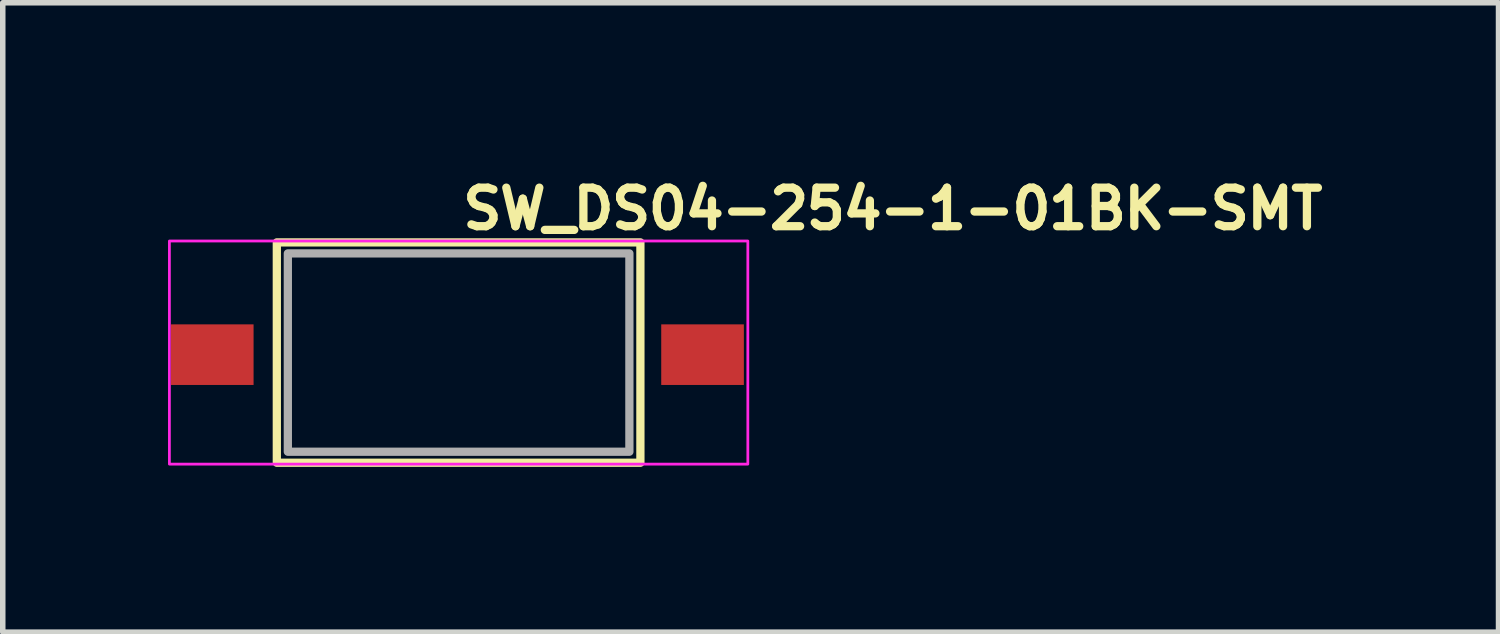
<source format=kicad_pcb>
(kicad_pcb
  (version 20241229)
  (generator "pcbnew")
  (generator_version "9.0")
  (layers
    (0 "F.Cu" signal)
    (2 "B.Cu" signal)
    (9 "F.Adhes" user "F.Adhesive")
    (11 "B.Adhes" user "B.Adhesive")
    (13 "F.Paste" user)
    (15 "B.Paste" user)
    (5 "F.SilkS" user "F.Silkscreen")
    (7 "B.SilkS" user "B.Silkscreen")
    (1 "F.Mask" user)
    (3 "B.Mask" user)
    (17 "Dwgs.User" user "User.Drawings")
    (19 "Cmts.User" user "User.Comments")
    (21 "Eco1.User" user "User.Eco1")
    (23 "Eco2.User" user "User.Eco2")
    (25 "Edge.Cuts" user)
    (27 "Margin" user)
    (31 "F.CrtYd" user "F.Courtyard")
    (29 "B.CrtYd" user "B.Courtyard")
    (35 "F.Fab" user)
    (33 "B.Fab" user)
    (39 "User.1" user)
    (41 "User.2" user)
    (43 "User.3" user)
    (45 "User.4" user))
  (footprint "SW_DS04-254-1-01BK-SMT"
    (layer "F.Cu")
    (at 5.275 3.35)
    (property "Reference" "SW_DS04-254-1-01BK-SMT" (at 0 -2.2 0) (layer "F.SilkS") (effects (font (size 0.7 0.7) (thickness 0.15)) (justify left bottom)))
    (attr smd)
    (fp_rect (start -3.3 -2) (end 3.3 2) (stroke (width 0.15) (type solid)) (fill no) (layer "F.SilkS"))
    (fp_rect (start -5.25 -2.025) (end 5.25 2.025) (stroke (width 0.05) (type solid)) (fill no) (layer "F.CrtYd"))
    (fp_rect (start -3.1 -1.8) (end 3.1 1.8) (stroke (width 0.15) (type solid)) (fill no) (layer "F.Fab"))
    (fp_rect (start -4.951 -1.77) (end 4.95 1.769) (stroke (width 0.1) (type solid)) (fill no) (layer "User.5"))
    (fp_line (start -4.951 -0.251) (end -4.951 0.249) (stroke (width 0.02) (type solid)) (layer "User.9"))
    (fp_line (start -4.951 -0.251) (end -4.295 -0.251) (stroke (width 0.02) (type solid)) (layer "User.9"))
    (fp_line (start -4.951 0.249) (end -4.295 0.249) (stroke (width 0.02) (type solid)) (layer "User.9"))
    (fp_line (start -4.295 -0.251) (end -4.16 -0.251) (stroke (width 0.02) (type solid)) (layer "User.9"))
    (fp_line (start -4.16 -0.251) (end -4.159 -0.251) (stroke (width 0.02) (type solid)) (layer "User.9"))
    (fp_line (start -4.16 -0.251) (end -4.158 -0.251) (stroke (width 0.02) (type solid)) (layer "User.9"))
    (fp_line (start -4.16 -0.251) (end -4.152 -0.251) (stroke (width 0.02) (type solid)) (layer "User.9"))
    (fp_line (start -4.16 0.249) (end -4.295 0.249) (stroke (width 0.02) (type solid)) (layer "User.9"))
    (fp_line (start -4.159 -0.251) (end -4.151 -0.251) (stroke (width 0.02) (type solid)) (layer "User.9"))
    (fp_line (start -4.158 -0.251) (end -4.159 -0.251) (stroke (width 0.02) (type solid)) (layer "User.9"))
    (fp_line (start -4.157 0.249) (end -4.161 0.249) (stroke (width 0.02) (type solid)) (layer "User.9"))
    (fp_line (start -4.152 -0.251) (end -4.145 -0.251) (stroke (width 0.02) (type solid)) (layer "User.9"))
    (fp_line (start -4.152 0.249) (end -4.157 0.249) (stroke (width 0.02) (type solid)) (layer "User.9"))
    (fp_line (start -4.151 -0.251) (end -4.144 -0.251) (stroke (width 0.02) (type solid)) (layer "User.9"))
    (fp_line (start -4.149 0.249) (end -4.152 0.249) (stroke (width 0.02) (type solid)) (layer "User.9"))
    (fp_line (start -4.145 -0.251) (end -4.139 -0.251) (stroke (width 0.02) (type solid)) (layer "User.9"))
    (fp_line (start -4.145 0.249) (end -4.149 0.249) (stroke (width 0.02) (type solid)) (layer "User.9"))
    (fp_line (start -4.144 -0.251) (end -4.138 -0.251) (stroke (width 0.02) (type solid)) (layer "User.9"))
    (fp_line (start -4.142 0.249) (end -4.145 0.249) (stroke (width 0.02) (type solid)) (layer "User.9"))
    (fp_line (start -4.139 -0.251) (end -4.136 -0.251) (stroke (width 0.02) (type solid)) (layer "User.9"))
    (fp_line (start -4.139 0.25) (end -4.142 0.249) (stroke (width 0.02) (type solid)) (layer "User.9"))
    (fp_line (start -4.138 -0.251) (end -4.135 -0.252) (stroke (width 0.02) (type solid)) (layer "User.9"))
    (fp_line (start -4.136 -0.251) (end -4.133 -0.252) (stroke (width 0.02) (type solid)) (layer "User.9"))
    (fp_line (start -4.136 0.25) (end -4.139 0.25) (stroke (width 0.02) (type solid)) (layer "User.9"))
    (fp_line (start -4.135 -0.252) (end -4.132 -0.252) (stroke (width 0.02) (type solid)) (layer "User.9"))
    (fp_line (start -4.133 -0.252) (end -4.13 -0.253) (stroke (width 0.02) (type solid)) (layer "User.9"))
    (fp_line (start -4.133 0.251) (end -4.136 0.25) (stroke (width 0.02) (type solid)) (layer "User.9"))
    (fp_line (start -4.132 -0.252) (end -4.129 -0.253) (stroke (width 0.02) (type solid)) (layer "User.9"))
    (fp_line (start -4.13 -0.253) (end -4.127 -0.254) (stroke (width 0.02) (type solid)) (layer "User.9"))
    (fp_line (start -4.13 0.252) (end -4.133 0.251) (stroke (width 0.02) (type solid)) (layer "User.9"))
    (fp_line (start -4.129 -0.253) (end -4.127 -0.254) (stroke (width 0.02) (type solid)) (layer "User.9"))
    (fp_line (start -4.127 -0.254) (end -4.125 -0.255) (stroke (width 0.02) (type solid)) (layer "User.9"))
    (fp_line (start -4.127 -0.254) (end -4.124 -0.255) (stroke (width 0.02) (type solid)) (layer "User.9"))
    (fp_line (start -4.127 0.253) (end -4.13 0.252) (stroke (width 0.02) (type solid)) (layer "User.9"))
    (fp_line (start -4.125 -0.255) (end -4.122 -0.256) (stroke (width 0.02) (type solid)) (layer "User.9"))
    (fp_line (start -4.125 0.254) (end -4.127 0.253) (stroke (width 0.02) (type solid)) (layer "User.9"))
    (fp_line (start -4.124 -0.255) (end -4.122 -0.256) (stroke (width 0.02) (type solid)) (layer "User.9"))
    (fp_line (start -4.122 -0.256) (end -4.121 -0.257) (stroke (width 0.02) (type solid)) (layer "User.9"))
    (fp_line (start -4.122 -0.256) (end -4.12 -0.257) (stroke (width 0.02) (type solid)) (layer "User.9"))
    (fp_line (start -4.122 0.255) (end -4.125 0.254) (stroke (width 0.02) (type solid)) (layer "User.9"))
    (fp_line (start -4.121 -0.257) (end -4.119 -0.258) (stroke (width 0.02) (type solid)) (layer "User.9"))
    (fp_line (start -4.121 0.256) (end -4.122 0.255) (stroke (width 0.02) (type solid)) (layer "User.9"))
    (fp_line (start -4.12 -0.257) (end -4.118 -0.258) (stroke (width 0.02) (type solid)) (layer "User.9"))
    (fp_line (start -4.119 -0.258) (end -4.116 -0.259) (stroke (width 0.02) (type solid)) (layer "User.9"))
    (fp_line (start -4.119 0.257) (end -4.121 0.256) (stroke (width 0.02) (type solid)) (layer "User.9"))
    (fp_line (start -4.118 -0.258) (end -4.116 -0.26) (stroke (width 0.02) (type solid)) (layer "User.9"))
    (fp_line (start -4.116 -0.26) (end -4.114 -0.261) (stroke (width 0.02) (type solid)) (layer "User.9"))
    (fp_line (start -4.116 -0.259) (end -4.114 -0.261) (stroke (width 0.02) (type solid)) (layer "User.9"))
    (fp_line (start -4.116 0.258) (end -4.119 0.257) (stroke (width 0.02) (type solid)) (layer "User.9"))
    (fp_line (start -4.114 -0.261) (end -4.112 -0.263) (stroke (width 0.02) (type solid)) (layer "User.9"))
    (fp_line (start -4.114 -0.261) (end -4.112 -0.262) (stroke (width 0.02) (type solid)) (layer "User.9"))
    (fp_line (start -4.114 0.26) (end -4.116 0.258) (stroke (width 0.02) (type solid)) (layer "User.9"))
    (fp_line (start -4.112 -0.263) (end -4.11 -0.264) (stroke (width 0.02) (type solid)) (layer "User.9"))
    (fp_line (start -4.112 -0.262) (end -4.111 -0.264) (stroke (width 0.02) (type solid)) (layer "User.9"))
    (fp_line (start -4.112 0.262) (end -4.114 0.26) (stroke (width 0.02) (type solid)) (layer "User.9"))
    (fp_line (start -4.111 -0.264) (end -4.109 -0.266) (stroke (width 0.02) (type solid)) (layer "User.9"))
    (fp_line (start -4.111 0.264) (end -4.112 0.262) (stroke (width 0.02) (type solid)) (layer "User.9"))
    (fp_line (start -4.11 -0.264) (end -4.109 -0.266) (stroke (width 0.02) (type solid)) (layer "User.9"))
    (fp_line (start -4.109 -0.266) (end -4.107 -0.268) (stroke (width 0.02) (type solid)) (layer "User.9"))
    (fp_line (start -4.109 -0.266) (end -4.107 -0.268) (stroke (width 0.02) (type solid)) (layer "User.9"))
    (fp_line (start -4.109 0.266) (end -4.111 0.264) (stroke (width 0.02) (type solid)) (layer "User.9"))
    (fp_line (start -4.107 -0.268) (end -4.106 -0.27) (stroke (width 0.02) (type solid)) (layer "User.9"))
    (fp_line (start -4.107 -0.268) (end -4.106 -0.27) (stroke (width 0.02) (type solid)) (layer "User.9"))
    (fp_line (start -4.107 0.268) (end -4.109 0.266) (stroke (width 0.02) (type solid)) (layer "User.9"))
    (fp_line (start -4.106 -0.27) (end -4.104 -0.272) (stroke (width 0.02) (type solid)) (layer "User.9"))
    (fp_line (start -4.106 -0.27) (end -4.104 -0.272) (stroke (width 0.02) (type solid)) (layer "User.9"))
    (fp_line (start -4.106 0.27) (end -4.107 0.268) (stroke (width 0.02) (type solid)) (layer "User.9"))
    (fp_line (start -4.104 -0.272) (end -4.103 -0.274) (stroke (width 0.02) (type solid)) (layer "User.9"))
    (fp_line (start -4.104 -0.272) (end -4.103 -0.274) (stroke (width 0.02) (type solid)) (layer "User.9"))
    (fp_line (start -4.104 0.272) (end -4.106 0.27) (stroke (width 0.02) (type solid)) (layer "User.9"))
    (fp_line (start -4.103 -0.274) (end -4.102 -0.277) (stroke (width 0.02) (type solid)) (layer "User.9"))
    (fp_line (start -4.103 -0.274) (end -4.102 -0.276) (stroke (width 0.02) (type solid)) (layer "User.9"))
    (fp_line (start -4.103 0.274) (end -4.104 0.272) (stroke (width 0.02) (type solid)) (layer "User.9"))
    (fp_line (start -4.102 -0.277) (end -4.101 -0.279) (stroke (width 0.02) (type solid)) (layer "User.9"))
    (fp_line (start -4.102 -0.276) (end -4.101 -0.279) (stroke (width 0.02) (type solid)) (layer "User.9"))
    (fp_line (start -4.102 0.276) (end -4.103 0.274) (stroke (width 0.02) (type solid)) (layer "User.9"))
    (fp_line (start -4.101 -0.279) (end -4.1 -0.282) (stroke (width 0.02) (type solid)) (layer "User.9"))
    (fp_line (start -4.101 -0.279) (end -4.1 -0.281) (stroke (width 0.02) (type solid)) (layer "User.9"))
    (fp_line (start -4.101 0.278) (end -4.102 0.276) (stroke (width 0.02) (type solid)) (layer "User.9"))
    (fp_line (start -4.1 -0.282) (end -4.099 -0.285) (stroke (width 0.02) (type solid)) (layer "User.9"))
    (fp_line (start -4.1 -0.281) (end -4.099 -0.285) (stroke (width 0.02) (type solid)) (layer "User.9"))
    (fp_line (start -4.1 0.28) (end -4.101 0.278) (stroke (width 0.02) (type solid)) (layer "User.9"))
    (fp_line (start -4.099 -0.285) (end -4.098 -0.288) (stroke (width 0.02) (type solid)) (layer "User.9"))
    (fp_line (start -4.099 -0.285) (end -4.098 -0.288) (stroke (width 0.02) (type solid)) (layer "User.9"))
    (fp_line (start -4.099 0.283) (end -4.1 0.28) (stroke (width 0.02) (type solid)) (layer "User.9"))
    (fp_line (start -4.098 -0.288) (end -4.097 -0.291) (stroke (width 0.02) (type solid)) (layer "User.9"))
    (fp_line (start -4.098 -0.288) (end -4.097 -0.291) (stroke (width 0.02) (type solid)) (layer "User.9"))
    (fp_line (start -4.098 0.286) (end -4.099 0.283) (stroke (width 0.02) (type solid)) (layer "User.9"))
    (fp_line (start -4.097 -0.294) (end -4.096 -0.3) (stroke (width 0.02) (type solid)) (layer "User.9"))
    (fp_line (start -4.097 -0.294) (end -4.096 -0.3) (stroke (width 0.02) (type solid)) (layer "User.9"))
    (fp_line (start -4.097 -0.291) (end -4.097 -0.294) (stroke (width 0.02) (type solid)) (layer "User.9"))
    (fp_line (start -4.097 -0.291) (end -4.097 -0.294) (stroke (width 0.02) (type solid)) (layer "User.9"))
    (fp_line (start -4.097 0.289) (end -4.098 0.286) (stroke (width 0.02) (type solid)) (layer "User.9"))
    (fp_line (start -4.097 0.292) (end -4.097 0.289) (stroke (width 0.02) (type solid)) (layer "User.9"))
    (fp_line (start -4.096 0.296) (end -4.097 0.292) (stroke (width 0.02) (type solid)) (layer "User.9"))
    (fp_line (start -4.096 0.299) (end -4.096 0.296) (stroke (width 0.02) (type solid)) (layer "User.9"))
    (fp_line (start -4.096 0.299) (end -4.095 0.31) (stroke (width 0.02) (type solid)) (layer "User.9"))
    (fp_line (start -4.095 -0.311) (end -4.096 -0.3) (stroke (width 0.02) (type solid)) (layer "User.9"))
    (fp_line (start -4.095 0.31) (end -4.094 0.323) (stroke (width 0.02) (type solid)) (layer "User.9"))
    (fp_line (start -4.094 -0.323) (end -4.095 -0.311) (stroke (width 0.02) (type solid)) (layer "User.9"))
    (fp_line (start -4.094 0.323) (end -4.093 0.335) (stroke (width 0.02) (type solid)) (layer "User.9"))
    (fp_line (start -4.093 -0.336) (end -4.094 -0.323) (stroke (width 0.02) (type solid)) (layer "User.9"))
    (fp_line (start -4.093 0.335) (end -4.092 0.349) (stroke (width 0.02) (type solid)) (layer "User.9"))
    (fp_line (start -4.092 -0.351) (end -4.093 -0.336) (stroke (width 0.02) (type solid)) (layer "User.9"))
    (fp_line (start -4.065 -0.771) (end -4.092 -0.351) (stroke (width 0.02) (type solid)) (layer "User.9"))
    (fp_line (start -4.065 -0.771) (end -3.968 -0.771) (stroke (width 0.02) (type solid)) (layer "User.9"))
    (fp_line (start -4.065 0.769) (end -4.092 0.349) (stroke (width 0.02) (type solid)) (layer "User.9"))
    (fp_line (start -4.065 0.769) (end -3.968 0.769) (stroke (width 0.02) (type solid)) (layer "User.9"))
    (fp_line (start -3.968 -0.771) (end -3.821 -0.771) (stroke (width 0.02) (type solid)) (layer "User.9"))
    (fp_line (start -3.821 -0.771) (end -3.821 -0.771) (stroke (width 0.02) (type solid)) (layer "User.9"))
    (fp_line (start -3.821 -0.771) (end -3.52 -0.771) (stroke (width 0.02) (type solid)) (layer "User.9"))
    (fp_line (start -3.821 0.769) (end -3.968 0.769) (stroke (width 0.02) (type solid)) (layer "User.9"))
    (fp_line (start -3.821 0.769) (end -3.821 0.769) (stroke (width 0.02) (type solid)) (layer "User.9"))
    (fp_line (start -3.52 -0.771) (end -3.1 -0.771) (stroke (width 0.02) (type solid)) (layer "User.9"))
    (fp_line (start -3.52 0.769) (end -3.821 0.769) (stroke (width 0.02) (type solid)) (layer "User.9"))
    (fp_line (start -3.52 0.769) (end -3.1 0.769) (stroke (width 0.02) (type solid)) (layer "User.9"))
    (fp_line (start -3.1 -1.77) (end -0.997 -1.77) (stroke (width 0.02) (type solid)) (layer "User.9"))
    (fp_line (start -3.1 1.769) (end -3.1 -1.77) (stroke (width 0.02) (type solid)) (layer "User.9"))
    (fp_line (start -1.831 -0.651) (end -1.55 -0.631) (stroke (width 0.02) (type solid)) (layer "User.9"))
    (fp_line (start -1.831 -0.651) (end 1.83 -0.651) (stroke (width 0.02) (type solid)) (layer "User.9"))
    (fp_line (start -1.831 0.649) (end -1.831 -0.651) (stroke (width 0.02) (type solid)) (layer "User.9"))
    (fp_line (start -1.831 0.649) (end -1.55 0.629) (stroke (width 0.02) (type solid)) (layer "User.9"))
    (fp_line (start -1.831 0.649) (end 1.83 0.649) (stroke (width 0.02) (type solid)) (layer "User.9"))
    (fp_line (start -1.55 -0.631) (end -1.55 0.629) (stroke (width 0.02) (type solid)) (layer "User.9"))
    (fp_line (start -1.55 -0.631) (end -1.001 -0.631) (stroke (width 0.02) (type solid)) (layer "User.9"))
    (fp_line (start -1.55 0.629) (end -1.001 0.629) (stroke (width 0.02) (type solid)) (layer "User.9"))
    (fp_line (start -1.001 -0.631) (end -1.001 -0.548) (stroke (width 0.02) (type solid)) (layer "User.9"))
    (fp_line (start -1.001 -0.548) (end -1.001 0.547) (stroke (width 0.02) (type solid)) (layer "User.9"))
    (fp_line (start -1.001 0.547) (end -1.001 0.629) (stroke (width 0.02) (type solid)) (layer "User.9"))
    (fp_line (start -1.001 0.547) (end 0.096 0.547) (stroke (width 0.02) (type solid)) (layer "User.9"))
    (fp_line (start -1.001 0.624) (end 1 0.624) (stroke (width 0.02) (type solid)) (layer "User.9"))
    (fp_line (start -0.997 -1.77) (end 0.995 -1.77) (stroke (width 0.02) (type solid)) (layer "User.9"))
    (fp_line (start -0.997 -1.27) (end -0.997 -1.77) (stroke (width 0.02) (type solid)) (layer "User.9"))
    (fp_line (start 0.096 -0.548) (end -1.001 -0.548) (stroke (width 0.02) (type solid)) (layer "User.9"))
    (fp_line (start 0.096 0.547) (end 0.096 -0.548) (stroke (width 0.02) (type solid)) (layer "User.9"))
    (fp_line (start 0.995 -1.77) (end 0.995 -1.27) (stroke (width 0.02) (type solid)) (layer "User.9"))
    (fp_line (start 0.995 -1.77) (end 3.099 -1.77) (stroke (width 0.02) (type solid)) (layer "User.9"))
    (fp_line (start 0.995 -1.27) (end -0.997 -1.27) (stroke (width 0.02) (type solid)) (layer "User.9"))
    (fp_line (start 1 -0.631) (end 1 0.629) (stroke (width 0.02) (type solid)) (layer "User.9"))
    (fp_line (start 1 -0.626) (end -1.001 -0.626) (stroke (width 0.02) (type solid)) (layer "User.9"))
    (fp_line (start 1.55 -0.631) (end 1 -0.631) (stroke (width 0.02) (type solid)) (layer "User.9"))
    (fp_line (start 1.55 -0.631) (end 1.55 0.629) (stroke (width 0.02) (type solid)) (layer "User.9"))
    (fp_line (start 1.55 -0.631) (end 1.83 -0.651) (stroke (width 0.02) (type solid)) (layer "User.9"))
    (fp_line (start 1.55 0.629) (end 1 0.629) (stroke (width 0.02) (type solid)) (layer "User.9"))
    (fp_line (start 1.55 0.629) (end 1.83 0.649) (stroke (width 0.02) (type solid)) (layer "User.9"))
    (fp_line (start 1.83 0.649) (end 1.83 -0.651) (stroke (width 0.02) (type solid)) (layer "User.9"))
    (fp_line (start 3.099 -1.77) (end 3.099 1.769) (stroke (width 0.02) (type solid)) (layer "User.9"))
    (fp_line (start 3.099 1.769) (end -3.1 1.769) (stroke (width 0.02) (type solid)) (layer "User.9"))
    (fp_line (start 3.519 -0.771) (end 3.099 -0.771) (stroke (width 0.02) (type solid)) (layer "User.9"))
    (fp_line (start 3.519 -0.771) (end 3.821 -0.771) (stroke (width 0.02) (type solid)) (layer "User.9"))
    (fp_line (start 3.519 0.769) (end 3.099 0.769) (stroke (width 0.02) (type solid)) (layer "User.9"))
    (fp_line (start 3.821 -0.771) (end 3.821 -0.771) (stroke (width 0.02) (type solid)) (layer "User.9"))
    (fp_line (start 3.821 -0.771) (end 3.967 -0.771) (stroke (width 0.02) (type solid)) (layer "User.9"))
    (fp_line (start 3.821 0.769) (end 3.519 0.769) (stroke (width 0.02) (type solid)) (layer "User.9"))
    (fp_line (start 3.821 0.769) (end 3.821 0.769) (stroke (width 0.02) (type solid)) (layer "User.9"))
    (fp_line (start 3.967 0.769) (end 3.821 0.769) (stroke (width 0.02) (type solid)) (layer "User.9"))
    (fp_line (start 4.066 -0.771) (end 3.967 -0.771) (stroke (width 0.02) (type solid)) (layer "User.9"))
    (fp_line (start 4.066 -0.771) (end 4.091 -0.351) (stroke (width 0.02) (type solid)) (layer "User.9"))
    (fp_line (start 4.066 0.769) (end 3.967 0.769) (stroke (width 0.02) (type solid)) (layer "User.9"))
    (fp_line (start 4.066 0.769) (end 4.091 0.349) (stroke (width 0.02) (type solid)) (layer "User.9"))
    (fp_line (start 4.091 -0.336) (end 4.091 -0.351) (stroke (width 0.02) (type solid)) (layer "User.9"))
    (fp_line (start 4.091 0.335) (end 4.092 0.323) (stroke (width 0.02) (type solid)) (layer "User.9"))
    (fp_line (start 4.091 0.349) (end 4.091 0.335) (stroke (width 0.02) (type solid)) (layer "User.9"))
    (fp_line (start 4.092 -0.323) (end 4.091 -0.336) (stroke (width 0.02) (type solid)) (layer "User.9"))
    (fp_line (start 4.092 0.323) (end 4.094 0.31) (stroke (width 0.02) (type solid)) (layer "User.9"))
    (fp_line (start 4.094 -0.311) (end 4.092 -0.323) (stroke (width 0.02) (type solid)) (layer "User.9"))
    (fp_line (start 4.094 0.31) (end 4.095 0.299) (stroke (width 0.02) (type solid)) (layer "User.9"))
    (fp_line (start 4.095 -0.3) (end 4.094 -0.311) (stroke (width 0.02) (type solid)) (layer "User.9"))
    (fp_line (start 4.095 -0.3) (end 4.095 -0.297) (stroke (width 0.02) (type solid)) (layer "User.9"))
    (fp_line (start 4.095 -0.297) (end 4.097 -0.294) (stroke (width 0.02) (type solid)) (layer "User.9"))
    (fp_line (start 4.097 -0.294) (end 4.097 -0.291) (stroke (width 0.02) (type solid)) (layer "User.9"))
    (fp_line (start 4.097 -0.291) (end 4.098 -0.288) (stroke (width 0.02) (type solid)) (layer "User.9"))
    (fp_line (start 4.097 0.289) (end 4.097 0.292) (stroke (width 0.02) (type solid)) (layer "User.9"))
    (fp_line (start 4.097 0.289) (end 4.097 0.292) (stroke (width 0.02) (type solid)) (layer "User.9"))
    (fp_line (start 4.097 0.292) (end 4.095 0.299) (stroke (width 0.02) (type solid)) (layer "User.9"))
    (fp_line (start 4.097 0.292) (end 4.095 0.299) (stroke (width 0.02) (type solid)) (layer "User.9"))
    (fp_line (start 4.098 -0.288) (end 4.098 -0.285) (stroke (width 0.02) (type solid)) (layer "User.9"))
    (fp_line (start 4.098 -0.285) (end 4.098 -0.281) (stroke (width 0.02) (type solid)) (layer "User.9"))
    (fp_line (start 4.098 -0.281) (end 4.1 -0.279) (stroke (width 0.02) (type solid)) (layer "User.9"))
    (fp_line (start 4.098 0.28) (end 4.098 0.283) (stroke (width 0.02) (type solid)) (layer "User.9"))
    (fp_line (start 4.098 0.281) (end 4.098 0.283) (stroke (width 0.02) (type solid)) (layer "User.9"))
    (fp_line (start 4.098 0.283) (end 4.098 0.286) (stroke (width 0.02) (type solid)) (layer "User.9"))
    (fp_line (start 4.098 0.283) (end 4.098 0.286) (stroke (width 0.02) (type solid)) (layer "User.9"))
    (fp_line (start 4.098 0.286) (end 4.097 0.289) (stroke (width 0.02) (type solid)) (layer "User.9"))
    (fp_line (start 4.098 0.286) (end 4.097 0.289) (stroke (width 0.02) (type solid)) (layer "User.9"))
    (fp_line (start 4.1 -0.279) (end 4.101 -0.276) (stroke (width 0.02) (type solid)) (layer "User.9"))
    (fp_line (start 4.1 0.278) (end 4.098 0.28) (stroke (width 0.02) (type solid)) (layer "User.9"))
    (fp_line (start 4.1 0.278) (end 4.098 0.281) (stroke (width 0.02) (type solid)) (layer "User.9"))
    (fp_line (start 4.101 -0.276) (end 4.103 -0.274) (stroke (width 0.02) (type solid)) (layer "User.9"))
    (fp_line (start 4.101 0.276) (end 4.1 0.278) (stroke (width 0.02) (type solid)) (layer "User.9"))
    (fp_line (start 4.101 0.277) (end 4.1 0.278) (stroke (width 0.02) (type solid)) (layer "User.9"))
    (fp_line (start 4.103 -0.274) (end 4.104 -0.272) (stroke (width 0.02) (type solid)) (layer "User.9"))
    (fp_line (start 4.103 0.274) (end 4.101 0.276) (stroke (width 0.02) (type solid)) (layer "User.9"))
    (fp_line (start 4.103 0.274) (end 4.101 0.277) (stroke (width 0.02) (type solid)) (layer "User.9"))
    (fp_line (start 4.104 -0.272) (end 4.104 -0.27) (stroke (width 0.02) (type solid)) (layer "User.9"))
    (fp_line (start 4.104 -0.27) (end 4.107 -0.268) (stroke (width 0.02) (type solid)) (layer "User.9"))
    (fp_line (start 4.104 0.27) (end 4.104 0.272) (stroke (width 0.02) (type solid)) (layer "User.9"))
    (fp_line (start 4.104 0.27) (end 4.104 0.272) (stroke (width 0.02) (type solid)) (layer "User.9"))
    (fp_line (start 4.104 0.272) (end 4.103 0.274) (stroke (width 0.02) (type solid)) (layer "User.9"))
    (fp_line (start 4.104 0.272) (end 4.103 0.274) (stroke (width 0.02) (type solid)) (layer "User.9"))
    (fp_line (start 4.107 -0.268) (end 4.108 -0.266) (stroke (width 0.02) (type solid)) (layer "User.9"))
    (fp_line (start 4.107 0.266) (end 4.107 0.268) (stroke (width 0.02) (type solid)) (layer "User.9"))
    (fp_line (start 4.107 0.268) (end 4.104 0.27) (stroke (width 0.02) (type solid)) (layer "User.9"))
    (fp_line (start 4.107 0.268) (end 4.104 0.27) (stroke (width 0.02) (type solid)) (layer "User.9"))
    (fp_line (start 4.108 -0.266) (end 4.11 -0.264) (stroke (width 0.02) (type solid)) (layer "User.9"))
    (fp_line (start 4.108 0.266) (end 4.107 0.268) (stroke (width 0.02) (type solid)) (layer "User.9"))
    (fp_line (start 4.11 -0.264) (end 4.111 -0.262) (stroke (width 0.02) (type solid)) (layer "User.9"))
    (fp_line (start 4.11 0.264) (end 4.107 0.266) (stroke (width 0.02) (type solid)) (layer "User.9"))
    (fp_line (start 4.11 0.264) (end 4.108 0.266) (stroke (width 0.02) (type solid)) (layer "User.9"))
    (fp_line (start 4.111 -0.262) (end 4.114 -0.261) (stroke (width 0.02) (type solid)) (layer "User.9"))
    (fp_line (start 4.111 0.262) (end 4.11 0.264) (stroke (width 0.02) (type solid)) (layer "User.9"))
    (fp_line (start 4.111 0.263) (end 4.11 0.264) (stroke (width 0.02) (type solid)) (layer "User.9"))
    (fp_line (start 4.114 -0.261) (end 4.116 -0.259) (stroke (width 0.02) (type solid)) (layer "User.9"))
    (fp_line (start 4.114 0.26) (end 4.111 0.262) (stroke (width 0.02) (type solid)) (layer "User.9"))
    (fp_line (start 4.114 0.26) (end 4.111 0.263) (stroke (width 0.02) (type solid)) (layer "User.9"))
    (fp_line (start 4.116 -0.259) (end 4.117 -0.258) (stroke (width 0.02) (type solid)) (layer "User.9"))
    (fp_line (start 4.116 0.258) (end 4.114 0.26) (stroke (width 0.02) (type solid)) (layer "User.9"))
    (fp_line (start 4.116 0.259) (end 4.114 0.26) (stroke (width 0.02) (type solid)) (layer "User.9"))
    (fp_line (start 4.117 -0.258) (end 4.12 -0.257) (stroke (width 0.02) (type solid)) (layer "User.9"))
    (fp_line (start 4.117 0.257) (end 4.116 0.258) (stroke (width 0.02) (type solid)) (layer "User.9"))
    (fp_line (start 4.117 0.257) (end 4.116 0.259) (stroke (width 0.02) (type solid)) (layer "User.9"))
    (fp_line (start 4.12 -0.257) (end 4.123 -0.256) (stroke (width 0.02) (type solid)) (layer "User.9"))
    (fp_line (start 4.12 0.256) (end 4.117 0.257) (stroke (width 0.02) (type solid)) (layer "User.9"))
    (fp_line (start 4.12 0.256) (end 4.117 0.257) (stroke (width 0.02) (type solid)) (layer "User.9"))
    (fp_line (start 4.121 0.255) (end 4.12 0.256) (stroke (width 0.02) (type solid)) (layer "User.9"))
    (fp_line (start 4.123 -0.256) (end 4.124 -0.255) (stroke (width 0.02) (type solid)) (layer "User.9"))
    (fp_line (start 4.123 0.255) (end 4.12 0.256) (stroke (width 0.02) (type solid)) (layer "User.9"))
    (fp_line (start 4.124 -0.255) (end 4.127 -0.254) (stroke (width 0.02) (type solid)) (layer "User.9"))
    (fp_line (start 4.124 0.254) (end 4.121 0.255) (stroke (width 0.02) (type solid)) (layer "User.9"))
    (fp_line (start 4.124 0.254) (end 4.123 0.255) (stroke (width 0.02) (type solid)) (layer "User.9"))
    (fp_line (start 4.127 -0.254) (end 4.13 -0.253) (stroke (width 0.02) (type solid)) (layer "User.9"))
    (fp_line (start 4.127 0.253) (end 4.124 0.254) (stroke (width 0.02) (type solid)) (layer "User.9"))
    (fp_line (start 4.127 0.253) (end 4.124 0.254) (stroke (width 0.02) (type solid)) (layer "User.9"))
    (fp_line (start 4.13 -0.253) (end 4.133 -0.252) (stroke (width 0.02) (type solid)) (layer "User.9"))
    (fp_line (start 4.13 0.252) (end 4.127 0.253) (stroke (width 0.02) (type solid)) (layer "User.9"))
    (fp_line (start 4.13 0.252) (end 4.127 0.253) (stroke (width 0.02) (type solid)) (layer "User.9"))
    (fp_line (start 4.133 -0.252) (end 4.136 -0.251) (stroke (width 0.02) (type solid)) (layer "User.9"))
    (fp_line (start 4.133 0.251) (end 4.13 0.252) (stroke (width 0.02) (type solid)) (layer "User.9"))
    (fp_line (start 4.133 0.251) (end 4.13 0.252) (stroke (width 0.02) (type solid)) (layer "User.9"))
    (fp_line (start 4.136 -0.251) (end 4.139 -0.251) (stroke (width 0.02) (type solid)) (layer "User.9"))
    (fp_line (start 4.136 0.25) (end 4.133 0.251) (stroke (width 0.02) (type solid)) (layer "User.9"))
    (fp_line (start 4.136 0.251) (end 4.133 0.251) (stroke (width 0.02) (type solid)) (layer "User.9"))
    (fp_line (start 4.139 -0.251) (end 4.143 -0.251) (stroke (width 0.02) (type solid)) (layer "User.9"))
    (fp_line (start 4.139 0.25) (end 4.136 0.25) (stroke (width 0.02) (type solid)) (layer "User.9"))
    (fp_line (start 4.139 0.25) (end 4.136 0.251) (stroke (width 0.02) (type solid)) (layer "User.9"))
    (fp_line (start 4.143 -0.251) (end 4.146 -0.251) (stroke (width 0.02) (type solid)) (layer "User.9"))
    (fp_line (start 4.145 0.249) (end 4.139 0.25) (stroke (width 0.02) (type solid)) (layer "User.9"))
    (fp_line (start 4.146 -0.251) (end 4.149 -0.251) (stroke (width 0.02) (type solid)) (layer "User.9"))
    (fp_line (start 4.146 0.249) (end 4.139 0.25) (stroke (width 0.02) (type solid)) (layer "User.9"))
    (fp_line (start 4.149 -0.251) (end 4.152 -0.251) (stroke (width 0.02) (type solid)) (layer "User.9"))
    (fp_line (start 4.15 0.249) (end 4.145 0.249) (stroke (width 0.02) (type solid)) (layer "User.9"))
    (fp_line (start 4.152 -0.251) (end 4.155 -0.251) (stroke (width 0.02) (type solid)) (layer "User.9"))
    (fp_line (start 4.152 0.249) (end 4.146 0.249) (stroke (width 0.02) (type solid)) (layer "User.9"))
    (fp_line (start 4.155 -0.251) (end 4.159 -0.251) (stroke (width 0.02) (type solid)) (layer "User.9"))
    (fp_line (start 4.158 0.249) (end 4.15 0.249) (stroke (width 0.02) (type solid)) (layer "User.9"))
    (fp_line (start 4.158 0.249) (end 4.159 0.249) (stroke (width 0.02) (type solid)) (layer "User.9"))
    (fp_line (start 4.159 -0.251) (end 4.294 -0.251) (stroke (width 0.02) (type solid)) (layer "User.9"))
    (fp_line (start 4.159 0.249) (end 4.152 0.249) (stroke (width 0.02) (type solid)) (layer "User.9"))
    (fp_line (start 4.159 0.249) (end 4.158 0.249) (stroke (width 0.02) (type solid)) (layer "User.9"))
    (fp_line (start 4.159 0.249) (end 4.158 0.249) (stroke (width 0.02) (type solid)) (layer "User.9"))
    (fp_line (start 4.294 0.249) (end 4.159 0.249) (stroke (width 0.02) (type solid)) (layer "User.9"))
    (fp_line (start 4.95 -0.251) (end 4.294 -0.251) (stroke (width 0.02) (type solid)) (layer "User.9"))
    (fp_line (start 4.95 0.249) (end 4.294 0.249) (stroke (width 0.02) (type solid)) (layer "User.9"))
    (fp_line (start 4.95 0.249) (end 4.95 -0.251) (stroke (width 0.02) (type solid)) (layer "User.9"))
    (pad "1" smd rect (at -4.472 0.038) (size 1.5 1.1) (layers "F.Cu" "F.Mask" "F.Paste"))
    (pad "2" smd rect (at 4.428 0.038 180) (size 1.5 1.1) (layers "F.Cu" "F.Mask" "F.Paste")))
  (gr_rect
    (start -3 -3)
    (end 24.152 8.425)
    (stroke (width 0.1) (type default))
    (fill no)
    (layer "Edge.Cuts")))
</source>
